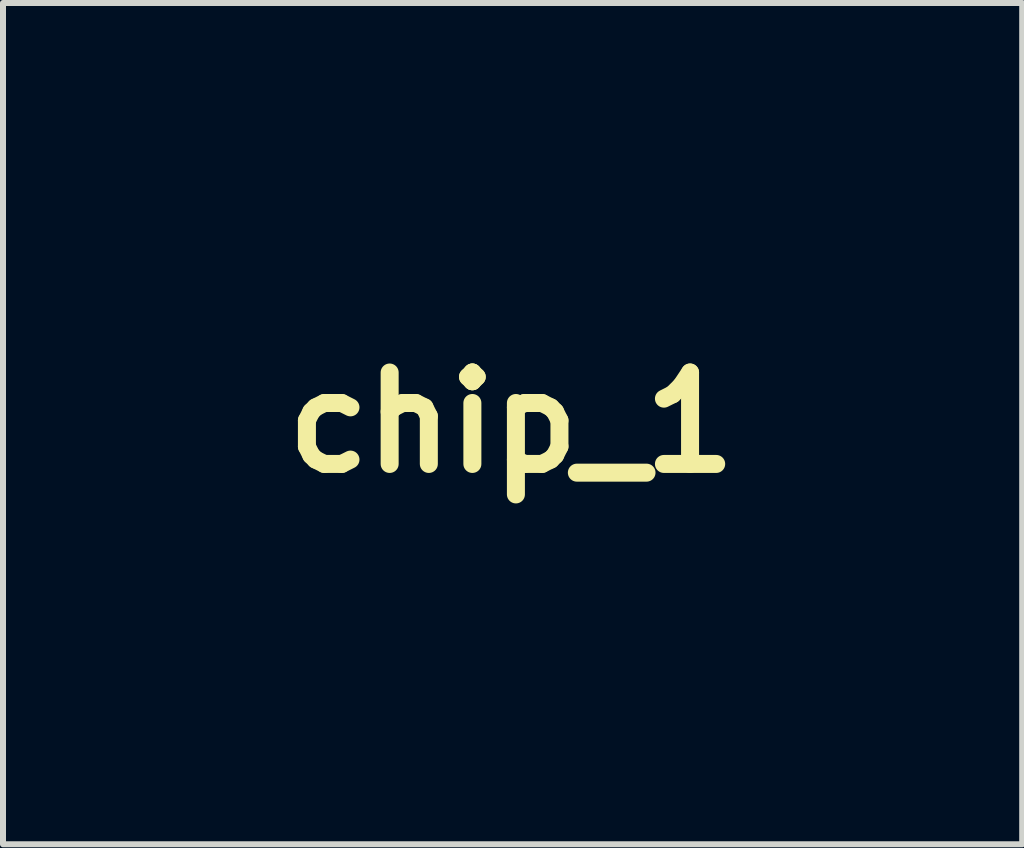
<source format=kicad_pcb>
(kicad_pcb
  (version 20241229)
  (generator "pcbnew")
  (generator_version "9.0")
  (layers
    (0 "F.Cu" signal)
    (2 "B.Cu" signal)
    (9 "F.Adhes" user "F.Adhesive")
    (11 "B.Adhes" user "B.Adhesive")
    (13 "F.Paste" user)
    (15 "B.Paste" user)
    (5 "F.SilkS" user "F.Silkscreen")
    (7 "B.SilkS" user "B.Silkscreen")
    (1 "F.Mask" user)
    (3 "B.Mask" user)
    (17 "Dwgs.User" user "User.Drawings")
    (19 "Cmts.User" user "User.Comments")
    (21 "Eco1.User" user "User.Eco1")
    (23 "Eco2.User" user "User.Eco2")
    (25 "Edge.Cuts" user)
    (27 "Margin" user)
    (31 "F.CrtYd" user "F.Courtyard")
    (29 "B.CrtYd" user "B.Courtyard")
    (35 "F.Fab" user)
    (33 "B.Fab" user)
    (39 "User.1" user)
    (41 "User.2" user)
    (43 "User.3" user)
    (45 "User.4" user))
  (footprint "chip_1"
    (layer "F.Cu")
    (at 5.477 3.994)
    (property "Reference" "chip_1" (at 0 0 0) (layer "F.SilkS") (effects (font (size 1.524 1.524) (thickness 0.3))))
    (attr through_hole)
    (fp_poly (pts (xy -2.043 -0.227) (xy -5.472 -0.209) (xy -5.463 -0.936) (xy -5.453 -1.662) (xy -2.043 -1.662) (xy -2.043 -0.227)) (stroke (width 0.01) (type solid)) (fill no) (layer "Eco2.User"))
    (fp_poly (pts (xy 5.506 -0.21) (xy 3.878 -0.21) (xy 3.545 -0.21) (xy 3.233 -0.212) (xy 2.951 -0.214) (xy 2.705 -0.217) (xy 2.502 -0.221) (xy 2.35 -0.225) (xy 2.256 -0.229) (xy 2.226 -0.233) (xy 2.219 -0.274) (xy 2.213 -0.373) (xy 2.208 -0.521) (xy 2.204 -0.707) (xy 2.203 -0.919) (xy 2.203 -0.968) (xy 2.203 -1.679) (xy 5.506 -1.679) (xy 5.506 -0.21)) (stroke (width 0.01) (type solid)) (fill no) (layer "Eco2.User"))
    (fp_poly (pts (xy -3.757 0.148) (xy -2.043 0.157) (xy -2.033 0.855) (xy -2.031 1.107) (xy -2.032 1.298) (xy -2.036 1.433) (xy -2.045 1.52) (xy -2.058 1.568) (xy -2.069 1.58) (xy -2.112 1.586) (xy -2.22 1.591) (xy -2.384 1.596) (xy -2.598 1.6) (xy -2.854 1.604) (xy -3.145 1.606) (xy -3.465 1.608) (xy -3.792 1.609) (xy -5.471 1.609) (xy -5.471 0.139) (xy -3.757 0.148)) (stroke (width 0.01) (type solid)) (fill no) (layer "Eco2.User"))
    (fp_poly (pts (xy -3.757 -3.98) (xy -2.043 -3.971) (xy -2.043 -2.047) (xy -3.733 -2.038) (xy -4.073 -2.036) (xy -4.391 -2.036) (xy -4.68 -2.037) (xy -4.933 -2.038) (xy -5.144 -2.041) (xy -5.304 -2.044) (xy -5.407 -2.048) (xy -5.447 -2.052) (xy -5.447 -2.052) (xy -5.453 -2.092) (xy -5.459 -2.193) (xy -5.464 -2.345) (xy -5.467 -2.539) (xy -5.47 -2.766) (xy -5.471 -3.017) (xy -5.471 -3.032) (xy -5.471 -3.989) (xy -3.757 -3.98)) (stroke (width 0.01) (type solid)) (fill no) (layer "Eco2.User"))
    (fp_poly (pts (xy 5.506 1.609) (xy 2.203 1.609) (xy 2.203 0.93) (xy 2.203 0.688) (xy 2.206 0.508) (xy 2.212 0.378) (xy 2.221 0.29) (xy 2.235 0.234) (xy 2.253 0.201) (xy 2.258 0.195) (xy 2.278 0.182) (xy 2.313 0.171) (xy 2.37 0.162) (xy 2.453 0.155) (xy 2.571 0.149) (xy 2.727 0.146) (xy 2.93 0.143) (xy 3.185 0.141) (xy 3.498 0.14) (xy 3.875 0.14) (xy 3.91 0.14) (xy 5.506 0.14) (xy 5.506 1.609)) (stroke (width 0.01) (type solid)) (fill no) (layer "Eco2.User"))
    (fp_poly (pts (xy 0.255 3.993) (xy 0.607 3.995) (xy 0.915 3.997) (xy 1.045 3.999) (xy 1.106 4.001) (xy 1.103 4.003) (xy 1.037 4.004) (xy 0.913 4.005) (xy 0.731 4.006) (xy 0.497 4.007) (xy 0.212 4.007) (xy 0.071 4.007) (xy -0.235 4.007) (xy -0.492 4.007) (xy -0.697 4.006) (xy -0.847 4.005) (xy -0.94 4.003) (xy -0.971 4.002) (xy -0.938 4) (xy -0.839 3.998) (xy -0.773 3.997) (xy -0.463 3.995) (xy -0.111 3.993) (xy 0.255 3.993)) (stroke (width 0.01) (type solid)) (fill no) (layer "Eco2.User"))
    (fp_poly (pts (xy 5.506 4.023) (xy 3.846 4.016) (xy 3.529 4.014) (xy 3.25 4.012) (xy 3.014 4.01) (xy 2.826 4.007) (xy 2.69 4.005) (xy 2.61 4.002) (xy 2.592 4) (xy 2.639 3.998) (xy 2.655 3.997) (xy 2.862 3.99) (xy 3.012 3.979) (xy 3.102 3.964) (xy 3.126 3.95) (xy 3.091 3.933) (xy 2.99 3.922) (xy 2.824 3.918) (xy 2.727 3.919) (xy 2.56 3.921) (xy 2.415 3.922) (xy 2.309 3.922) (xy 2.264 3.921) (xy 2.246 3.917) (xy 2.231 3.899) (xy 2.221 3.861) (xy 2.214 3.796) (xy 2.209 3.694) (xy 2.207 3.55) (xy 2.208 3.354) (xy 2.209 3.1) (xy 2.211 2.948) (xy 2.22 1.977) (xy 5.506 1.959) (xy 5.506 4.023)) (stroke (width 0.01) (type solid)) (fill no) (layer "Eco2.User"))
    (fp_poly (pts (xy -3.757 1.968) (xy -2.043 1.977) (xy -2.033 2.945) (xy -2.031 3.231) (xy -2.03 3.455) (xy -2.03 3.624) (xy -2.034 3.747) (xy -2.039 3.831) (xy -2.048 3.883) (xy -2.061 3.912) (xy -2.078 3.924) (xy -2.087 3.927) (xy -2.145 3.931) (xy -2.258 3.932) (xy -2.41 3.93) (xy -2.584 3.925) (xy -2.584 3.925) (xy -2.786 3.919) (xy -2.923 3.922) (xy -2.999 3.932) (xy -3.02 3.947) (xy -2.987 3.966) (xy -2.888 3.98) (xy -2.722 3.991) (xy -2.513 3.997) (xy -2.448 3.999) (xy -2.45 4.002) (xy -2.514 4.004) (xy -2.636 4.007) (xy -2.811 4.009) (xy -3.036 4.011) (xy -3.305 4.013) (xy -3.614 4.015) (xy -3.739 4.016) (xy -5.471 4.023) (xy -5.471 1.959) (xy -3.757 1.968)) (stroke (width 0.01) (type solid)) (fill no) (layer "Eco2.User"))
    (fp_poly (pts (xy 5.506 -2.072) (xy 5.426 -2.051) (xy 5.376 -2.047) (xy 5.262 -2.043) (xy 5.09 -2.04) (xy 4.869 -2.037) (xy 4.606 -2.034) (xy 4.306 -2.032) (xy 3.978 -2.03) (xy 3.629 -2.03) (xy 3.544 -2.03) (xy 1.741 -2.029) (xy 1.741 3.913) (xy 1.643 3.932) (xy 1.589 3.935) (xy 1.472 3.938) (xy 1.304 3.941) (xy 1.092 3.942) (xy 0.845 3.944) (xy 0.574 3.944) (xy 0.287 3.945) (xy -0.007 3.944) (xy -0.299 3.943) (xy -0.578 3.942) (xy -0.837 3.94) (xy -1.066 3.938) (xy -1.256 3.935) (xy -1.398 3.932) (xy -1.482 3.928) (xy -1.499 3.927) (xy -1.56 3.885) (xy -1.575 3.855) (xy -1.577 3.813) (xy -1.579 3.705) (xy -1.58 3.537) (xy -1.58 3.312) (xy -1.58 3.035) (xy -1.58 2.711) (xy -1.579 2.344) (xy -1.578 1.939) (xy -1.576 1.501) (xy -1.574 1.033) (xy -1.572 0.54) (xy -1.569 0.028) (xy -1.568 -0.087) (xy -1.545 -3.971) (xy 1.98 -3.98) (xy 5.506 -3.989) (xy 5.506 -2.072)) (stroke (width 0.01) (type solid)) (fill no) (layer "Eco2.User")))
  (gr_rect
    (start -3 -3)
    (end 13.989 11.023)
    (stroke (width 0.1) (type default))
    (fill no)
    (layer "Edge.Cuts")))
</source>
